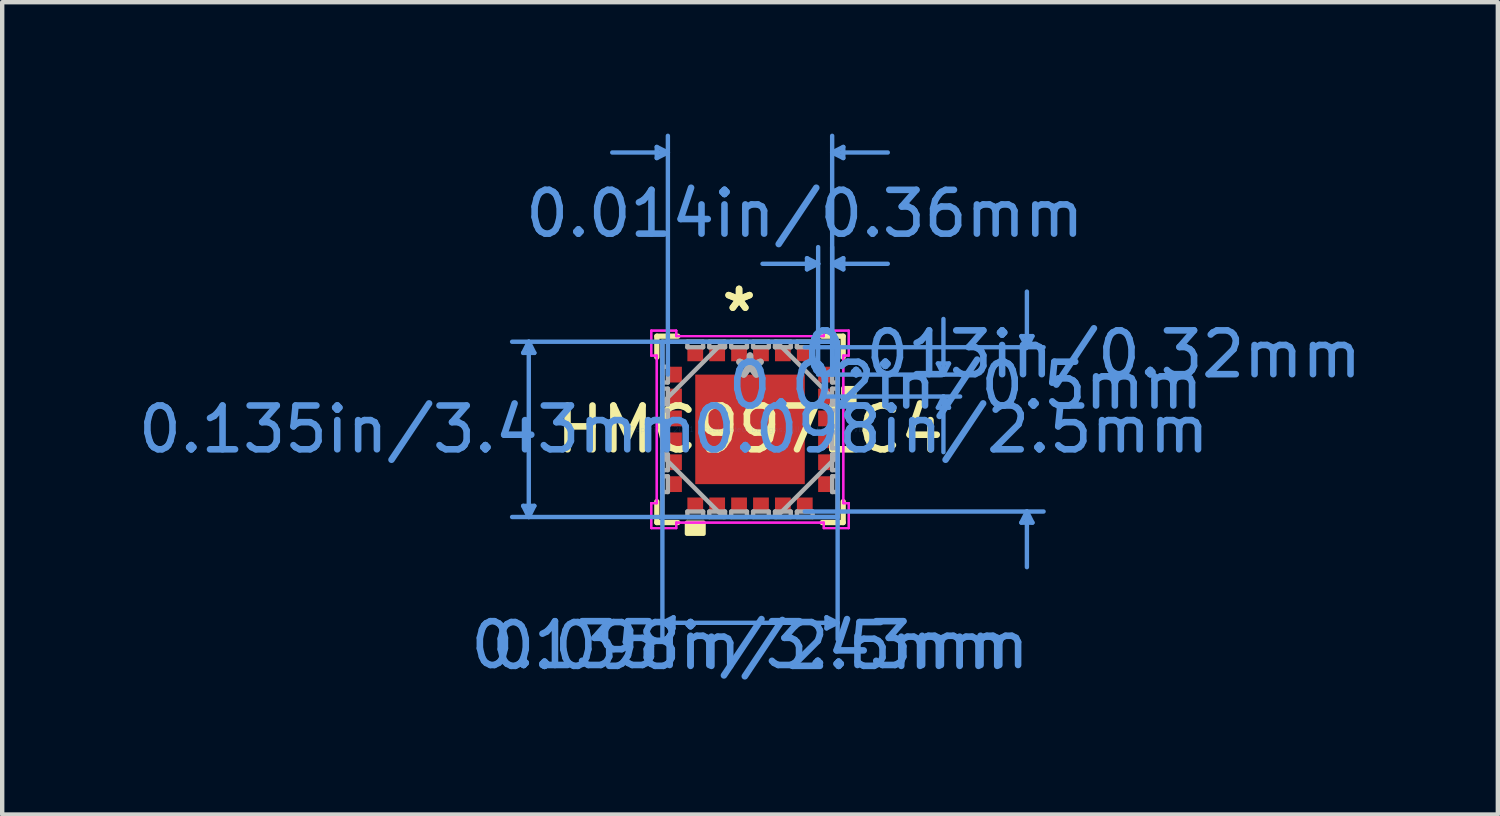
<source format=kicad_pcb>
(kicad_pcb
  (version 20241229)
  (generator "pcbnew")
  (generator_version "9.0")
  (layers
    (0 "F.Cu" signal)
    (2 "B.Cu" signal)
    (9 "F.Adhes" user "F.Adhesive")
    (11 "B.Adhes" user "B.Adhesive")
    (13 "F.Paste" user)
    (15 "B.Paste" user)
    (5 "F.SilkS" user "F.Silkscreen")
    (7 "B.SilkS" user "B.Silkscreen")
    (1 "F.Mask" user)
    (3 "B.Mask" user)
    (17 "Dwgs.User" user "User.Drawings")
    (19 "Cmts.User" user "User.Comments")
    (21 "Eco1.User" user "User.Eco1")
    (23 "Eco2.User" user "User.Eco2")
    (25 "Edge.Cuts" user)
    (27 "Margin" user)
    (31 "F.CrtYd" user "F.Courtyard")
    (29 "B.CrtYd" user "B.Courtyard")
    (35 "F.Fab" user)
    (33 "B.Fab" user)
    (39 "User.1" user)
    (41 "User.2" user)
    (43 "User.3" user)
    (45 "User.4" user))
  (footprint "HMC997LC4"
    (layer "F.Cu")
    (at 14.07 6.751)
    (property "Reference" "HMC997LC4" (at 0 0 0) (layer "F.SilkS") (effects (font (size 1 1) (thickness 0.15))))
    (attr through_hole)
    (fp_line (start -2.127 -2.127) (end -2.127 -1.647) (stroke (width 0.12) (type solid)) (layer "F.SilkS"))
    (fp_line (start -2.127 1.647) (end -2.127 2.127) (stroke (width 0.12) (type solid)) (layer "F.SilkS"))
    (fp_line (start -2.127 2.127) (end -1.647 2.127) (stroke (width 0.12) (type solid)) (layer "F.SilkS"))
    (fp_line (start -1.647 -2.127) (end -2.127 -2.127) (stroke (width 0.12) (type solid)) (layer "F.SilkS"))
    (fp_line (start 1.647 2.127) (end 2.127 2.127) (stroke (width 0.12) (type solid)) (layer "F.SilkS"))
    (fp_line (start 2.127 -2.127) (end 1.647 -2.127) (stroke (width 0.12) (type solid)) (layer "F.SilkS"))
    (fp_line (start 2.127 -1.647) (end 2.127 -2.127) (stroke (width 0.12) (type solid)) (layer "F.SilkS"))
    (fp_line (start 2.127 2.127) (end 2.127 1.647) (stroke (width 0.12) (type solid)) (layer "F.SilkS"))
    (fp_poly (pts (xy -1.44 2.129) (xy -1.44 2.383) (xy -1.06 2.383) (xy -1.06 2.129)) (stroke (width 0.1) (type solid)) (fill yes) (layer "F.SilkS"))
    (fp_poly (pts (xy 2.383 -0.941) (xy 2.383 -0.56) (xy 2.129 -0.56) (xy 2.129 -0.941)) (stroke (width 0.1) (type solid)) (fill yes) (layer "F.SilkS"))
    (fp_line (start -5.177 -1.746) (end -4.923 -1.746) (stroke (width 0.1) (type solid)) (layer "Cmts.User"))
    (fp_line (start -5.177 1.746) (end -4.923 1.746) (stroke (width 0.1) (type solid)) (layer "Cmts.User"))
    (fp_line (start -5.05 -2) (end -5.177 -1.746) (stroke (width 0.1) (type solid)) (layer "Cmts.User"))
    (fp_line (start -5.05 -2) (end -5.05 2) (stroke (width 0.1) (type solid)) (layer "Cmts.User"))
    (fp_line (start -5.05 -2) (end -4.923 -1.746) (stroke (width 0.1) (type solid)) (layer "Cmts.User"))
    (fp_line (start -5.05 2) (end -5.177 1.746) (stroke (width 0.1) (type solid)) (layer "Cmts.User"))
    (fp_line (start -5.05 2) (end -4.923 1.746) (stroke (width 0.1) (type solid)) (layer "Cmts.User"))
    (fp_line (start -2.129 -6.447) (end -2.129 -6.193) (stroke (width 0.1) (type solid)) (layer "Cmts.User"))
    (fp_line (start -2 -2) (end -2 4.796) (stroke (width 0.1) (type solid)) (layer "Cmts.User"))
    (fp_line (start -2 4.415) (end -1.746 4.288) (stroke (width 0.1) (type solid)) (layer "Cmts.User"))
    (fp_line (start -2 4.415) (end -1.746 4.542) (stroke (width 0.1) (type solid)) (layer "Cmts.User"))
    (fp_line (start -2 4.415) (end 2 4.415) (stroke (width 0.1) (type solid)) (layer "Cmts.User"))
    (fp_line (start -1.875 -6.32) (end -3.145 -6.32) (stroke (width 0.1) (type solid)) (layer "Cmts.User"))
    (fp_line (start -1.875 -6.32) (end -2.129 -6.447) (stroke (width 0.1) (type solid)) (layer "Cmts.User"))
    (fp_line (start -1.875 -6.32) (end -2.129 -6.193) (stroke (width 0.1) (type solid)) (layer "Cmts.User"))
    (fp_line (start -1.875 -1.25) (end -1.875 -6.701) (stroke (width 0.1) (type solid)) (layer "Cmts.User"))
    (fp_line (start -1.746 4.288) (end -1.746 4.542) (stroke (width 0.1) (type solid)) (layer "Cmts.User"))
    (fp_line (start 1.25 -1.875) (end 6.701 -1.875) (stroke (width 0.1) (type solid)) (layer "Cmts.User"))
    (fp_line (start 1.25 1.875) (end 6.701 1.875) (stroke (width 0.1) (type solid)) (layer "Cmts.User"))
    (fp_line (start 1.301 -3.907) (end 1.301 -3.653) (stroke (width 0.1) (type solid)) (layer "Cmts.User"))
    (fp_line (start 1.555 -3.78) (end 0.285 -3.78) (stroke (width 0.1) (type solid)) (layer "Cmts.User"))
    (fp_line (start 1.555 -3.78) (end 1.301 -3.907) (stroke (width 0.1) (type solid)) (layer "Cmts.User"))
    (fp_line (start 1.555 -3.78) (end 1.301 -3.653) (stroke (width 0.1) (type solid)) (layer "Cmts.User"))
    (fp_line (start 1.555 -1.25) (end 1.555 -4.161) (stroke (width 0.1) (type solid)) (layer "Cmts.User"))
    (fp_line (start 1.715 -1.25) (end 4.796 -1.25) (stroke (width 0.1) (type solid)) (layer "Cmts.User"))
    (fp_line (start 1.715 -0.75) (end 4.796 -0.75) (stroke (width 0.1) (type solid)) (layer "Cmts.User"))
    (fp_line (start 1.746 4.288) (end 1.746 4.542) (stroke (width 0.1) (type solid)) (layer "Cmts.User"))
    (fp_line (start 1.875 -6.32) (end 2.129 -6.447) (stroke (width 0.1) (type solid)) (layer "Cmts.User"))
    (fp_line (start 1.875 -6.32) (end 2.129 -6.193) (stroke (width 0.1) (type solid)) (layer "Cmts.User"))
    (fp_line (start 1.875 -6.32) (end 3.145 -6.32) (stroke (width 0.1) (type solid)) (layer "Cmts.User"))
    (fp_line (start 1.875 -3.78) (end 2.129 -3.907) (stroke (width 0.1) (type solid)) (layer "Cmts.User"))
    (fp_line (start 1.875 -3.78) (end 2.129 -3.653) (stroke (width 0.1) (type solid)) (layer "Cmts.User"))
    (fp_line (start 1.875 -3.78) (end 3.145 -3.78) (stroke (width 0.1) (type solid)) (layer "Cmts.User"))
    (fp_line (start 1.875 -1.25) (end 1.875 -6.701) (stroke (width 0.1) (type solid)) (layer "Cmts.User"))
    (fp_line (start 1.875 -1.25) (end 1.875 -4.161) (stroke (width 0.1) (type solid)) (layer "Cmts.User"))
    (fp_line (start 2 -2) (end -5.431 -2) (stroke (width 0.1) (type solid)) (layer "Cmts.User"))
    (fp_line (start 2 -2) (end 2 4.796) (stroke (width 0.1) (type solid)) (layer "Cmts.User"))
    (fp_line (start 2 2) (end -5.431 2) (stroke (width 0.1) (type solid)) (layer "Cmts.User"))
    (fp_line (start 2 4.415) (end 1.746 4.288) (stroke (width 0.1) (type solid)) (layer "Cmts.User"))
    (fp_line (start 2 4.415) (end 1.746 4.542) (stroke (width 0.1) (type solid)) (layer "Cmts.User"))
    (fp_line (start 2.129 -6.447) (end 2.129 -6.193) (stroke (width 0.1) (type solid)) (layer "Cmts.User"))
    (fp_line (start 2.129 -3.907) (end 2.129 -3.653) (stroke (width 0.1) (type solid)) (layer "Cmts.User"))
    (fp_line (start 4.288 -1.504) (end 4.542 -1.504) (stroke (width 0.1) (type solid)) (layer "Cmts.User"))
    (fp_line (start 4.288 -0.496) (end 4.542 -0.496) (stroke (width 0.1) (type solid)) (layer "Cmts.User"))
    (fp_line (start 4.415 -1.25) (end 4.288 -1.504) (stroke (width 0.1) (type solid)) (layer "Cmts.User"))
    (fp_line (start 4.415 -1.25) (end 4.415 -2.52) (stroke (width 0.1) (type solid)) (layer "Cmts.User"))
    (fp_line (start 4.415 -1.25) (end 4.542 -1.504) (stroke (width 0.1) (type solid)) (layer "Cmts.User"))
    (fp_line (start 4.415 -0.75) (end 4.288 -0.496) (stroke (width 0.1) (type solid)) (layer "Cmts.User"))
    (fp_line (start 4.415 -0.75) (end 4.415 0.52) (stroke (width 0.1) (type solid)) (layer "Cmts.User"))
    (fp_line (start 4.415 -0.75) (end 4.542 -0.496) (stroke (width 0.1) (type solid)) (layer "Cmts.User"))
    (fp_line (start 6.193 -2.129) (end 6.447 -2.129) (stroke (width 0.1) (type solid)) (layer "Cmts.User"))
    (fp_line (start 6.193 2.129) (end 6.447 2.129) (stroke (width 0.1) (type solid)) (layer "Cmts.User"))
    (fp_line (start 6.32 -1.875) (end 6.193 -2.129) (stroke (width 0.1) (type solid)) (layer "Cmts.User"))
    (fp_line (start 6.32 -1.875) (end 6.32 -3.145) (stroke (width 0.1) (type solid)) (layer "Cmts.User"))
    (fp_line (start 6.32 -1.875) (end 6.447 -2.129) (stroke (width 0.1) (type solid)) (layer "Cmts.User"))
    (fp_line (start 6.32 1.875) (end 6.193 2.129) (stroke (width 0.1) (type solid)) (layer "Cmts.User"))
    (fp_line (start 6.32 1.875) (end 6.32 3.145) (stroke (width 0.1) (type solid)) (layer "Cmts.User"))
    (fp_line (start 6.32 1.875) (end 6.447 2.129) (stroke (width 0.1) (type solid)) (layer "Cmts.User"))
    (fp_line (start -2.254 -2.254) (end -1.684 -2.254) (stroke (width 0.05) (type solid)) (layer "F.CrtYd"))
    (fp_line (start -2.254 -2.254) (end -1.684 -2.254) (stroke (width 0.05) (type solid)) (layer "F.CrtYd"))
    (fp_line (start -2.254 -1.684) (end -2.254 -2.254) (stroke (width 0.05) (type solid)) (layer "F.CrtYd"))
    (fp_line (start -2.254 -1.684) (end -2.254 -2.254) (stroke (width 0.05) (type solid)) (layer "F.CrtYd"))
    (fp_line (start -2.254 1.684) (end -2.129 1.684) (stroke (width 0.05) (type solid)) (layer "F.CrtYd"))
    (fp_line (start -2.254 2.254) (end -2.254 1.684) (stroke (width 0.05) (type solid)) (layer "F.CrtYd"))
    (fp_line (start -2.254 2.254) (end -2.254 1.684) (stroke (width 0.05) (type solid)) (layer "F.CrtYd"))
    (fp_line (start -2.129 -1.684) (end -2.254 -1.684) (stroke (width 0.05) (type solid)) (layer "F.CrtYd"))
    (fp_line (start -2.129 -1.684) (end -2.254 -1.684) (stroke (width 0.05) (type solid)) (layer "F.CrtYd"))
    (fp_line (start -2.129 1.684) (end -2.254 1.684) (stroke (width 0.05) (type solid)) (layer "F.CrtYd"))
    (fp_line (start -2.129 1.684) (end -2.129 -1.684) (stroke (width 0.05) (type solid)) (layer "F.CrtYd"))
    (fp_line (start -2.129 1.684) (end -2.129 -1.684) (stroke (width 0.05) (type solid)) (layer "F.CrtYd"))
    (fp_line (start -1.684 -2.254) (end -1.684 -2.129) (stroke (width 0.05) (type solid)) (layer "F.CrtYd"))
    (fp_line (start -1.684 -2.254) (end -1.684 -2.129) (stroke (width 0.05) (type solid)) (layer "F.CrtYd"))
    (fp_line (start -1.684 -2.129) (end 1.684 -2.129) (stroke (width 0.05) (type solid)) (layer "F.CrtYd"))
    (fp_line (start -1.684 -2.129) (end 1.684 -2.129) (stroke (width 0.05) (type solid)) (layer "F.CrtYd"))
    (fp_line (start -1.684 2.129) (end -1.684 2.254) (stroke (width 0.05) (type solid)) (layer "F.CrtYd"))
    (fp_line (start -1.684 2.129) (end -1.684 2.254) (stroke (width 0.05) (type solid)) (layer "F.CrtYd"))
    (fp_line (start -1.684 2.254) (end -2.254 2.254) (stroke (width 0.05) (type solid)) (layer "F.CrtYd"))
    (fp_line (start -1.684 2.254) (end -2.254 2.254) (stroke (width 0.05) (type solid)) (layer "F.CrtYd"))
    (fp_line (start 1.684 -2.254) (end 2.254 -2.254) (stroke (width 0.05) (type solid)) (layer "F.CrtYd"))
    (fp_line (start 1.684 -2.254) (end 2.254 -2.254) (stroke (width 0.05) (type solid)) (layer "F.CrtYd"))
    (fp_line (start 1.684 -2.129) (end 1.684 -2.254) (stroke (width 0.05) (type solid)) (layer "F.CrtYd"))
    (fp_line (start 1.684 -2.129) (end 1.684 -2.254) (stroke (width 0.05) (type solid)) (layer "F.CrtYd"))
    (fp_line (start 1.684 2.129) (end -1.684 2.129) (stroke (width 0.05) (type solid)) (layer "F.CrtYd"))
    (fp_line (start 1.684 2.129) (end -1.684 2.129) (stroke (width 0.05) (type solid)) (layer "F.CrtYd"))
    (fp_line (start 1.684 2.254) (end 1.684 2.129) (stroke (width 0.05) (type solid)) (layer "F.CrtYd"))
    (fp_line (start 1.684 2.254) (end 1.684 2.129) (stroke (width 0.05) (type solid)) (layer "F.CrtYd"))
    (fp_line (start 2.129 -1.684) (end 2.129 1.684) (stroke (width 0.05) (type solid)) (layer "F.CrtYd"))
    (fp_line (start 2.129 -1.684) (end 2.129 1.684) (stroke (width 0.05) (type solid)) (layer "F.CrtYd"))
    (fp_line (start 2.129 1.684) (end 2.254 1.684) (stroke (width 0.05) (type solid)) (layer "F.CrtYd"))
    (fp_line (start 2.129 1.684) (end 2.254 1.684) (stroke (width 0.05) (type solid)) (layer "F.CrtYd"))
    (fp_line (start 2.254 -2.254) (end 2.254 -1.684) (stroke (width 0.05) (type solid)) (layer "F.CrtYd"))
    (fp_line (start 2.254 -2.254) (end 2.254 -1.684) (stroke (width 0.05) (type solid)) (layer "F.CrtYd"))
    (fp_line (start 2.254 -1.684) (end 2.129 -1.684) (stroke (width 0.05) (type solid)) (layer "F.CrtYd"))
    (fp_line (start 2.254 -1.684) (end 2.129 -1.684) (stroke (width 0.05) (type solid)) (layer "F.CrtYd"))
    (fp_line (start 2.254 1.684) (end 2.254 2.254) (stroke (width 0.05) (type solid)) (layer "F.CrtYd"))
    (fp_line (start 2.254 1.684) (end 2.254 2.254) (stroke (width 0.05) (type solid)) (layer "F.CrtYd"))
    (fp_line (start 2.254 2.254) (end 1.684 2.254) (stroke (width 0.05) (type solid)) (layer "F.CrtYd"))
    (fp_line (start 2.254 2.254) (end 1.684 2.254) (stroke (width 0.05) (type solid)) (layer "F.CrtYd"))
    (fp_line (start -2 -2) (end -2 2) (stroke (width 0.1) (type solid)) (layer "F.Fab"))
    (fp_line (start -2 -1.43) (end -1.875 -1.43) (stroke (width 0.1) (type solid)) (layer "F.Fab"))
    (fp_line (start -2 -1.07) (end -2 -1.43) (stroke (width 0.1) (type solid)) (layer "F.Fab"))
    (fp_line (start -2 -0.93) (end -1.875 -0.93) (stroke (width 0.1) (type solid)) (layer "F.Fab"))
    (fp_line (start -2 -0.603) (end -0.603 -2) (stroke (width 0.1) (type solid)) (layer "F.Fab"))
    (fp_line (start -2 -0.57) (end -2 -0.93) (stroke (width 0.1) (type solid)) (layer "F.Fab"))
    (fp_line (start -2 -0.43) (end -1.875 -0.43) (stroke (width 0.1) (type solid)) (layer "F.Fab"))
    (fp_line (start -2 -0.07) (end -2 -0.43) (stroke (width 0.1) (type solid)) (layer "F.Fab"))
    (fp_line (start -2 0.07) (end -1.875 0.07) (stroke (width 0.1) (type solid)) (layer "F.Fab"))
    (fp_line (start -2 0.43) (end -2 0.07) (stroke (width 0.1) (type solid)) (layer "F.Fab"))
    (fp_line (start -2 0.57) (end -1.875 0.57) (stroke (width 0.1) (type solid)) (layer "F.Fab"))
    (fp_line (start -2 0.93) (end -2 0.57) (stroke (width 0.1) (type solid)) (layer "F.Fab"))
    (fp_line (start -2 1.07) (end -1.875 1.07) (stroke (width 0.1) (type solid)) (layer "F.Fab"))
    (fp_line (start -2 1.43) (end -2 1.07) (stroke (width 0.1) (type solid)) (layer "F.Fab"))
    (fp_line (start -2 2) (end 2 2) (stroke (width 0.1) (type solid)) (layer "F.Fab"))
    (fp_line (start -1.875 -1.43) (end -1.875 -1.07) (stroke (width 0.1) (type solid)) (layer "F.Fab"))
    (fp_line (start -1.875 -1.07) (end -2 -1.07) (stroke (width 0.1) (type solid)) (layer "F.Fab"))
    (fp_line (start -1.875 -0.93) (end -1.875 -0.57) (stroke (width 0.1) (type solid)) (layer "F.Fab"))
    (fp_line (start -1.875 -0.57) (end -2 -0.57) (stroke (width 0.1) (type solid)) (layer "F.Fab"))
    (fp_line (start -1.875 -0.43) (end -1.875 -0.07) (stroke (width 0.1) (type solid)) (layer "F.Fab"))
    (fp_line (start -1.875 -0.07) (end -2 -0.07) (stroke (width 0.1) (type solid)) (layer "F.Fab"))
    (fp_line (start -1.875 0.07) (end -1.875 0.43) (stroke (width 0.1) (type solid)) (layer "F.Fab"))
    (fp_line (start -1.875 0.43) (end -2 0.43) (stroke (width 0.1) (type solid)) (layer "F.Fab"))
    (fp_line (start -1.875 0.57) (end -1.875 0.93) (stroke (width 0.1) (type solid)) (layer "F.Fab"))
    (fp_line (start -1.875 0.93) (end -2 0.93) (stroke (width 0.1) (type solid)) (layer "F.Fab"))
    (fp_line (start -1.875 1.07) (end -1.875 1.43) (stroke (width 0.1) (type solid)) (layer "F.Fab"))
    (fp_line (start -1.875 1.43) (end -2 1.43) (stroke (width 0.1) (type solid)) (layer "F.Fab"))
    (fp_line (start -1.43 -2) (end -1.07 -2) (stroke (width 0.1) (type solid)) (layer "F.Fab"))
    (fp_line (start -1.43 -1.875) (end -1.43 -2) (stroke (width 0.1) (type solid)) (layer "F.Fab"))
    (fp_line (start -1.43 1.875) (end -1.07 1.875) (stroke (width 0.1) (type solid)) (layer "F.Fab"))
    (fp_line (start -1.43 2) (end -1.43 1.875) (stroke (width 0.1) (type solid)) (layer "F.Fab"))
    (fp_line (start -1.07 -2) (end -1.07 -1.875) (stroke (width 0.1) (type solid)) (layer "F.Fab"))
    (fp_line (start -1.07 -1.875) (end -1.43 -1.875) (stroke (width 0.1) (type solid)) (layer "F.Fab"))
    (fp_line (start -1.07 1.875) (end -1.07 2) (stroke (width 0.1) (type solid)) (layer "F.Fab"))
    (fp_line (start -1.07 2) (end -1.43 2) (stroke (width 0.1) (type solid)) (layer "F.Fab"))
    (fp_line (start -0.93 -2) (end -0.57 -2) (stroke (width 0.1) (type solid)) (layer "F.Fab"))
    (fp_line (start -0.93 -1.875) (end -0.93 -2) (stroke (width 0.1) (type solid)) (layer "F.Fab"))
    (fp_line (start -0.93 1.875) (end -0.57 1.875) (stroke (width 0.1) (type solid)) (layer "F.Fab"))
    (fp_line (start -0.93 2) (end -0.93 1.875) (stroke (width 0.1) (type solid)) (layer "F.Fab"))
    (fp_line (start -0.603 2) (end -2 0.603) (stroke (width 0.1) (type solid)) (layer "F.Fab"))
    (fp_line (start -0.57 -2) (end -0.57 -1.875) (stroke (width 0.1) (type solid)) (layer "F.Fab"))
    (fp_line (start -0.57 -1.875) (end -0.93 -1.875) (stroke (width 0.1) (type solid)) (layer "F.Fab"))
    (fp_line (start -0.57 1.875) (end -0.57 2) (stroke (width 0.1) (type solid)) (layer "F.Fab"))
    (fp_line (start -0.57 2) (end -0.93 2) (stroke (width 0.1) (type solid)) (layer "F.Fab"))
    (fp_line (start -0.43 -2) (end -0.07 -2) (stroke (width 0.1) (type solid)) (layer "F.Fab"))
    (fp_line (start -0.43 -1.875) (end -0.43 -2) (stroke (width 0.1) (type solid)) (layer "F.Fab"))
    (fp_line (start -0.43 1.875) (end -0.07 1.875) (stroke (width 0.1) (type solid)) (layer "F.Fab"))
    (fp_line (start -0.43 2) (end -0.43 1.875) (stroke (width 0.1) (type solid)) (layer "F.Fab"))
    (fp_line (start -0.07 -2) (end -0.07 -1.875) (stroke (width 0.1) (type solid)) (layer "F.Fab"))
    (fp_line (start -0.07 -1.875) (end -0.43 -1.875) (stroke (width 0.1) (type solid)) (layer "F.Fab"))
    (fp_line (start -0.07 1.875) (end -0.07 2) (stroke (width 0.1) (type solid)) (layer "F.Fab"))
    (fp_line (start -0.07 2) (end -0.43 2) (stroke (width 0.1) (type solid)) (layer "F.Fab"))
    (fp_line (start 0.07 -2) (end 0.43 -2) (stroke (width 0.1) (type solid)) (layer "F.Fab"))
    (fp_line (start 0.07 -1.875) (end 0.07 -2) (stroke (width 0.1) (type solid)) (layer "F.Fab"))
    (fp_line (start 0.07 1.875) (end 0.43 1.875) (stroke (width 0.1) (type solid)) (layer "F.Fab"))
    (fp_line (start 0.07 2) (end 0.07 1.875) (stroke (width 0.1) (type solid)) (layer "F.Fab"))
    (fp_line (start 0.43 -2) (end 0.43 -1.875) (stroke (width 0.1) (type solid)) (layer "F.Fab"))
    (fp_line (start 0.43 -1.875) (end 0.07 -1.875) (stroke (width 0.1) (type solid)) (layer "F.Fab"))
    (fp_line (start 0.43 1.875) (end 0.43 2) (stroke (width 0.1) (type solid)) (layer "F.Fab"))
    (fp_line (start 0.43 2) (end 0.07 2) (stroke (width 0.1) (type solid)) (layer "F.Fab"))
    (fp_line (start 0.57 -2) (end 0.93 -2) (stroke (width 0.1) (type solid)) (layer "F.Fab"))
    (fp_line (start 0.57 -1.875) (end 0.57 -2) (stroke (width 0.1) (type solid)) (layer "F.Fab"))
    (fp_line (start 0.57 1.875) (end 0.93 1.875) (stroke (width 0.1) (type solid)) (layer "F.Fab"))
    (fp_line (start 0.57 2) (end 0.57 1.875) (stroke (width 0.1) (type solid)) (layer "F.Fab"))
    (fp_line (start 0.603 -2) (end 2 -0.603) (stroke (width 0.1) (type solid)) (layer "F.Fab"))
    (fp_line (start 0.603 2) (end 2 0.603) (stroke (width 0.1) (type solid)) (layer "F.Fab"))
    (fp_line (start 0.93 -2) (end 0.93 -1.875) (stroke (width 0.1) (type solid)) (layer "F.Fab"))
    (fp_line (start 0.93 -1.875) (end 0.57 -1.875) (stroke (width 0.1) (type solid)) (layer "F.Fab"))
    (fp_line (start 0.93 1.875) (end 0.93 2) (stroke (width 0.1) (type solid)) (layer "F.Fab"))
    (fp_line (start 0.93 2) (end 0.57 2) (stroke (width 0.1) (type solid)) (layer "F.Fab"))
    (fp_line (start 1.07 -2) (end 1.43 -2) (stroke (width 0.1) (type solid)) (layer "F.Fab"))
    (fp_line (start 1.07 -1.875) (end 1.07 -2) (stroke (width 0.1) (type solid)) (layer "F.Fab"))
    (fp_line (start 1.07 1.875) (end 1.43 1.875) (stroke (width 0.1) (type solid)) (layer "F.Fab"))
    (fp_line (start 1.07 2) (end 1.07 1.875) (stroke (width 0.1) (type solid)) (layer "F.Fab"))
    (fp_line (start 1.43 -2) (end 1.43 -1.875) (stroke (width 0.1) (type solid)) (layer "F.Fab"))
    (fp_line (start 1.43 -1.875) (end 1.07 -1.875) (stroke (width 0.1) (type solid)) (layer "F.Fab"))
    (fp_line (start 1.43 1.875) (end 1.43 2) (stroke (width 0.1) (type solid)) (layer "F.Fab"))
    (fp_line (start 1.43 2) (end 1.07 2) (stroke (width 0.1) (type solid)) (layer "F.Fab"))
    (fp_line (start 1.875 -1.43) (end 2 -1.43) (stroke (width 0.1) (type solid)) (layer "F.Fab"))
    (fp_line (start 1.875 -1.07) (end 1.875 -1.43) (stroke (width 0.1) (type solid)) (layer "F.Fab"))
    (fp_line (start 1.875 -0.93) (end 2 -0.93) (stroke (width 0.1) (type solid)) (layer "F.Fab"))
    (fp_line (start 1.875 -0.57) (end 1.875 -0.93) (stroke (width 0.1) (type solid)) (layer "F.Fab"))
    (fp_line (start 1.875 -0.43) (end 2 -0.43) (stroke (width 0.1) (type solid)) (layer "F.Fab"))
    (fp_line (start 1.875 -0.07) (end 1.875 -0.43) (stroke (width 0.1) (type solid)) (layer "F.Fab"))
    (fp_line (start 1.875 0.07) (end 2 0.07) (stroke (width 0.1) (type solid)) (layer "F.Fab"))
    (fp_line (start 1.875 0.43) (end 1.875 0.07) (stroke (width 0.1) (type solid)) (layer "F.Fab"))
    (fp_line (start 1.875 0.57) (end 2 0.57) (stroke (width 0.1) (type solid)) (layer "F.Fab"))
    (fp_line (start 1.875 0.93) (end 1.875 0.57) (stroke (width 0.1) (type solid)) (layer "F.Fab"))
    (fp_line (start 1.875 1.07) (end 2 1.07) (stroke (width 0.1) (type solid)) (layer "F.Fab"))
    (fp_line (start 1.875 1.43) (end 1.875 1.07) (stroke (width 0.1) (type solid)) (layer "F.Fab"))
    (fp_line (start 2 -2) (end -2 -2) (stroke (width 0.1) (type solid)) (layer "F.Fab"))
    (fp_line (start 2 -1.43) (end 2 -1.07) (stroke (width 0.1) (type solid)) (layer "F.Fab"))
    (fp_line (start 2 -1.07) (end 1.875 -1.07) (stroke (width 0.1) (type solid)) (layer "F.Fab"))
    (fp_line (start 2 -0.93) (end 2 -0.57) (stroke (width 0.1) (type solid)) (layer "F.Fab"))
    (fp_line (start 2 -0.57) (end 1.875 -0.57) (stroke (width 0.1) (type solid)) (layer "F.Fab"))
    (fp_line (start 2 -0.43) (end 2 -0.07) (stroke (width 0.1) (type solid)) (layer "F.Fab"))
    (fp_line (start 2 -0.07) (end 1.875 -0.07) (stroke (width 0.1) (type solid)) (layer "F.Fab"))
    (fp_line (start 2 0.07) (end 2 0.43) (stroke (width 0.1) (type solid)) (layer "F.Fab"))
    (fp_line (start 2 0.43) (end 1.875 0.43) (stroke (width 0.1) (type solid)) (layer "F.Fab"))
    (fp_line (start 2 0.57) (end 2 0.93) (stroke (width 0.1) (type solid)) (layer "F.Fab"))
    (fp_line (start 2 0.93) (end 1.875 0.93) (stroke (width 0.1) (type solid)) (layer "F.Fab"))
    (fp_line (start 2 1.07) (end 2 1.43) (stroke (width 0.1) (type solid)) (layer "F.Fab"))
    (fp_line (start 2 1.43) (end 1.875 1.43) (stroke (width 0.1) (type solid)) (layer "F.Fab"))
    (fp_line (start 2 2) (end 2 -2) (stroke (width 0.1) (type solid)) (layer "F.Fab"))
    (fp_text user "*" (at -0.25 -2.662 0) (layer "F.SilkS") (effects (font (size 1 1) (thickness 0.15))))
    (fp_text user "*" (at -0.25 -2.662 0) (layer "F.SilkS") (effects (font (size 1 1) (thickness 0.15))))
    (fp_text user "0.014in/0.36mm" (at 1.25 -4.923 0) (layer "Cmts.User") (effects (font (size 1 1) (thickness 0.15))))
    (fp_text user "0.135in/3.43mm" (at 0 4.923 0) (layer "Cmts.User") (effects (font (size 1 1) (thickness 0.15))))
    (fp_text user "Copyright 2021 Accelerated Designs. All rights reserved." (at 0 0 0) (layer "Cmts.User") (effects (font (size 0.127 0.127) (thickness 0.002))))
    (fp_text user "0.135in/3.43mm" (at -7.588 0 0) (layer "Cmts.User") (effects (font (size 1 1) (thickness 0.15))))
    (fp_text user "0.098in/2.5mm" (at 4.583 0 0) (layer "Cmts.User") (effects (font (size 1 1) (thickness 0.15))))
    (fp_text user "0.02in/0.5mm" (at 4.923 -1 0) (layer "Cmts.User") (effects (font (size 1 1) (thickness 0.15))))
    (fp_text user "0.098in/2.5mm" (at 0 4.943 0) (layer "Cmts.User") (effects (font (size 1 1) (thickness 0.15))))
    (fp_text user "0.013in/0.32mm" (at 7.588 -1.715 0) (layer "Cmts.User") (effects (font (size 1 1) (thickness 0.15))))
    (fp_text user "*" (at 0 -1.138 0) (layer "F.Fab") (effects (font (size 1 1) (thickness 0.15))))
    (fp_text user "*" (at 0 -1.138 0) (layer "F.Fab") (effects (font (size 1 1) (thickness 0.15))))
    (pad "1" smd rect (at -0.25 -1.715) (size 0.36 0.32) (layers "F.Cu" "F.Mask" "F.Paste"))
    (pad "2" smd rect (at -0.75 -1.715) (size 0.36 0.32) (layers "F.Cu" "F.Mask" "F.Paste"))
    (pad "3" smd rect (at -1.25 -1.715) (size 0.36 0.32) (layers "F.Cu" "F.Mask" "F.Paste"))
    (pad "4" smd rect (at -1.715 -1.25 90) (size 0.36 0.32) (layers "F.Cu" "F.Mask" "F.Paste"))
    (pad "5" smd rect (at -1.715 -0.75 90) (size 0.36 0.32) (layers "F.Cu" "F.Mask" "F.Paste"))
    (pad "6" smd rect (at -1.715 -0.25 90) (size 0.36 0.32) (layers "F.Cu" "F.Mask" "F.Paste"))
    (pad "7" smd rect (at -1.715 0.25 90) (size 0.36 0.32) (layers "F.Cu" "F.Mask" "F.Paste"))
    (pad "8" smd rect (at -1.715 0.75 90) (size 0.36 0.32) (layers "F.Cu" "F.Mask" "F.Paste"))
    (pad "9" smd rect (at -1.715 1.25 90) (size 0.36 0.32) (layers "F.Cu" "F.Mask" "F.Paste"))
    (pad "10" smd rect (at -1.25 1.715) (size 0.36 0.32) (layers "F.Cu" "F.Mask" "F.Paste"))
    (pad "11" smd rect (at -0.75 1.715) (size 0.36 0.32) (layers "F.Cu" "F.Mask" "F.Paste"))
    (pad "12" smd rect (at -0.25 1.715) (size 0.36 0.32) (layers "F.Cu" "F.Mask" "F.Paste"))
    (pad "13" smd rect (at 0.25 1.715) (size 0.36 0.32) (layers "F.Cu" "F.Mask" "F.Paste"))
    (pad "14" smd rect (at 0.75 1.715) (size 0.36 0.32) (layers "F.Cu" "F.Mask" "F.Paste"))
    (pad "15" smd rect (at 1.25 1.715) (size 0.36 0.32) (layers "F.Cu" "F.Mask" "F.Paste"))
    (pad "16" smd rect (at 1.715 1.25 90) (size 0.36 0.32) (layers "F.Cu" "F.Mask" "F.Paste"))
    (pad "17" smd rect (at 1.715 0.75 90) (size 0.36 0.32) (layers "F.Cu" "F.Mask" "F.Paste"))
    (pad "18" smd rect (at 1.715 0.25 90) (size 0.36 0.32) (layers "F.Cu" "F.Mask" "F.Paste"))
    (pad "19" smd rect (at 1.715 -0.25 90) (size 0.36 0.32) (layers "F.Cu" "F.Mask" "F.Paste"))
    (pad "20" smd rect (at 1.715 -0.75 90) (size 0.36 0.32) (layers "F.Cu" "F.Mask" "F.Paste"))
    (pad "21" smd rect (at 1.715 -1.25 90) (size 0.36 0.32) (layers "F.Cu" "F.Mask" "F.Paste"))
    (pad "22" smd rect (at 1.25 -1.715) (size 0.36 0.32) (layers "F.Cu" "F.Mask" "F.Paste"))
    (pad "23" smd rect (at 0.75 -1.715) (size 0.36 0.32) (layers "F.Cu" "F.Mask" "F.Paste"))
    (pad "24" smd rect (at 0.25 -1.715) (size 0.36 0.32) (layers "F.Cu" "F.Mask" "F.Paste"))
    (pad "25" smd rect (at 0 0) (size 2.5 2.5) (layers "F.Cu" "F.Mask" "F.Paste")))
  (gr_rect
    (start -3 -3)
    (end 31.14 15.542)
    (stroke (width 0.1) (type default))
    (fill no)
    (layer "Edge.Cuts")))
</source>
